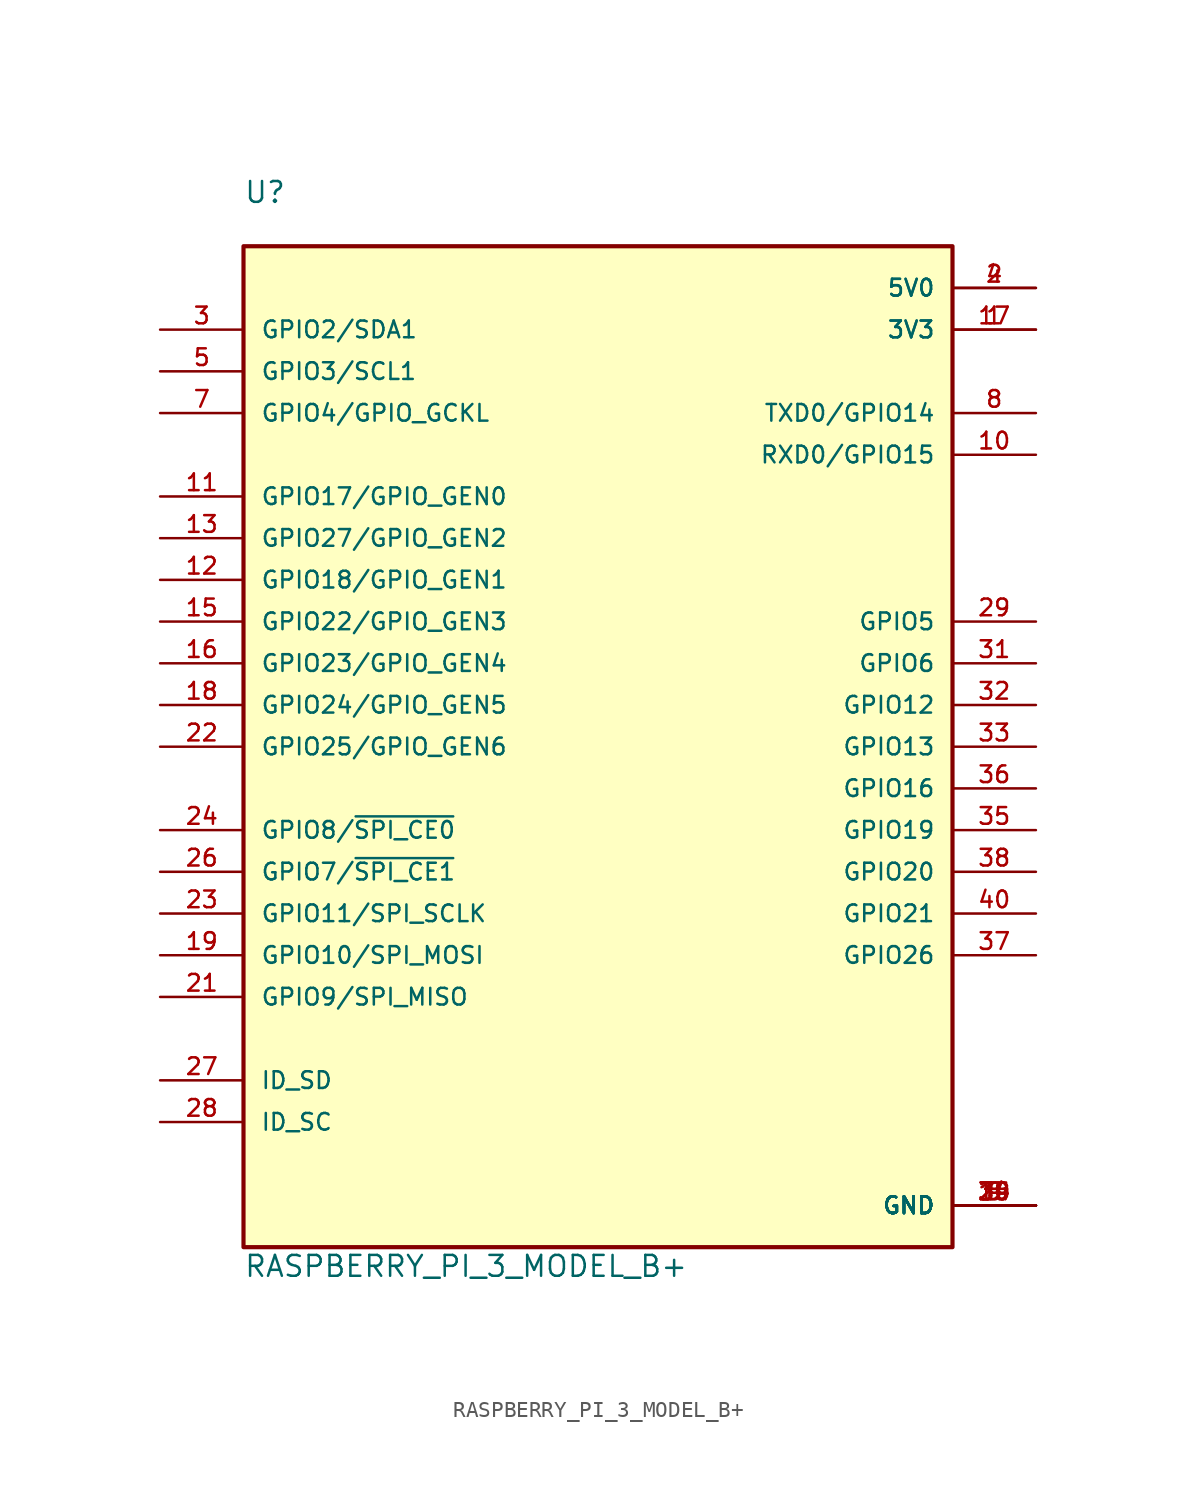
<source format=kicad_sym>
(kicad_symbol_lib
  (version 20211014)
  (generator kicad_symbol_editor)
  (symbol "RASPBERRY_PI_3_MODEL_B+"
    (pin_names
      (offset 1.016))
    (property "Reference" "U"
      (at -22.86 27.94 0)
      (effects (font (size 1.27 1.27)) (justify left bottom)))
    (property "Value" "RASPBERRY_PI_3_MODEL_B+"
      (at -22.86 -37.465 0)
      (effects (font (size 1.27 1.27)) (justify left bottom)))
    (property "ki_locked" ""
      (at 0 0 0)
      (effects (font (size 1.27 1.27))))
    (symbol "RASPBERRY_PI_3_MODEL_B+_0_0"
      (rectangle (start -22.86 -35.56) (end 20.32 25.4) (stroke (width 0.254) (type default) (color 0 0 0 0)) (fill (type background)))
      (pin power_in line (at 25.4 20.32 180) (length 5.08) (name "3V3" (effects (font (size 1.016 1.016)))) (number "1" (effects (font (size 1.016 1.016)))))
      (pin bidirectional line (at 25.4 12.7 180) (length 5.08) (name "RXD0/GPIO15" (effects (font (size 1.016 1.016)))) (number "10" (effects (font (size 1.016 1.016)))))
      (pin bidirectional line (at -27.94 10.16 0) (length 5.08) (name "GPIO17/GPIO_GEN0" (effects (font (size 1.016 1.016)))) (number "11" (effects (font (size 1.016 1.016)))))
      (pin bidirectional line (at -27.94 5.08 0) (length 5.08) (name "GPIO18/GPIO_GEN1" (effects (font (size 1.016 1.016)))) (number "12" (effects (font (size 1.016 1.016)))))
      (pin bidirectional line (at -27.94 7.62 0) (length 5.08) (name "GPIO27/GPIO_GEN2" (effects (font (size 1.016 1.016)))) (number "13" (effects (font (size 1.016 1.016)))))
      (pin power_in line (at 25.4 -33.02 180) (length 5.08) (name "GND" (effects (font (size 1.016 1.016)))) (number "14" (effects (font (size 1.016 1.016)))))
      (pin bidirectional line (at -27.94 2.54 0) (length 5.08) (name "GPIO22/GPIO_GEN3" (effects (font (size 1.016 1.016)))) (number "15" (effects (font (size 1.016 1.016)))))
      (pin bidirectional line (at -27.94 0 0) (length 5.08) (name "GPIO23/GPIO_GEN4" (effects (font (size 1.016 1.016)))) (number "16" (effects (font (size 1.016 1.016)))))
      (pin power_in line (at 25.4 20.32 180) (length 5.08) (name "3V3" (effects (font (size 1.016 1.016)))) (number "17" (effects (font (size 1.016 1.016)))))
      (pin bidirectional line (at -27.94 -2.54 0) (length 5.08) (name "GPIO24/GPIO_GEN5" (effects (font (size 1.016 1.016)))) (number "18" (effects (font (size 1.016 1.016)))))
      (pin bidirectional line (at -27.94 -17.78 0) (length 5.08) (name "GPIO10/SPI_MOSI" (effects (font (size 1.016 1.016)))) (number "19" (effects (font (size 1.016 1.016)))))
      (pin power_in line (at 25.4 22.86 180) (length 5.08) (name "5V0" (effects (font (size 1.016 1.016)))) (number "2" (effects (font (size 1.016 1.016)))))
      (pin power_in line (at 25.4 -33.02 180) (length 5.08) (name "GND" (effects (font (size 1.016 1.016)))) (number "20" (effects (font (size 1.016 1.016)))))
      (pin bidirectional line (at -27.94 -20.32 0) (length 5.08) (name "GPIO9/SPI_MISO" (effects (font (size 1.016 1.016)))) (number "21" (effects (font (size 1.016 1.016)))))
      (pin bidirectional line (at -27.94 -5.08 0) (length 5.08) (name "GPIO25/GPIO_GEN6" (effects (font (size 1.016 1.016)))) (number "22" (effects (font (size 1.016 1.016)))))
      (pin bidirectional line (at -27.94 -15.24 0) (length 5.08) (name "GPIO11/SPI_SCLK" (effects (font (size 1.016 1.016)))) (number "23" (effects (font (size 1.016 1.016)))))
      (pin bidirectional line (at -27.94 -10.16 0) (length 5.08) (name "GPIO8/~{SPI_CE0}" (effects (font (size 1.016 1.016)))) (number "24" (effects (font (size 1.016 1.016)))))
      (pin power_in line (at 25.4 -33.02 180) (length 5.08) (name "GND" (effects (font (size 1.016 1.016)))) (number "25" (effects (font (size 1.016 1.016)))))
      (pin bidirectional line (at -27.94 -12.7 0) (length 5.08) (name "GPIO7/~{SPI_CE1}" (effects (font (size 1.016 1.016)))) (number "26" (effects (font (size 1.016 1.016)))))
      (pin bidirectional line (at -27.94 -25.4 0) (length 5.08) (name "ID_SD" (effects (font (size 1.016 1.016)))) (number "27" (effects (font (size 1.016 1.016)))))
      (pin bidirectional line (at -27.94 -27.94 0) (length 5.08) (name "ID_SC" (effects (font (size 1.016 1.016)))) (number "28" (effects (font (size 1.016 1.016)))))
      (pin bidirectional line (at 25.4 2.54 180) (length 5.08) (name "GPIO5" (effects (font (size 1.016 1.016)))) (number "29" (effects (font (size 1.016 1.016)))))
      (pin bidirectional line (at -27.94 20.32 0) (length 5.08) (name "GPIO2/SDA1" (effects (font (size 1.016 1.016)))) (number "3" (effects (font (size 1.016 1.016)))))
      (pin power_in line (at 25.4 -33.02 180) (length 5.08) (name "GND" (effects (font (size 1.016 1.016)))) (number "30" (effects (font (size 1.016 1.016)))))
      (pin bidirectional line (at 25.4 0 180) (length 5.08) (name "GPIO6" (effects (font (size 1.016 1.016)))) (number "31" (effects (font (size 1.016 1.016)))))
      (pin bidirectional line (at 25.4 -2.54 180) (length 5.08) (name "GPIO12" (effects (font (size 1.016 1.016)))) (number "32" (effects (font (size 1.016 1.016)))))
      (pin bidirectional line (at 25.4 -5.08 180) (length 5.08) (name "GPIO13" (effects (font (size 1.016 1.016)))) (number "33" (effects (font (size 1.016 1.016)))))
      (pin power_in line (at 25.4 -33.02 180) (length 5.08) (name "GND" (effects (font (size 1.016 1.016)))) (number "34" (effects (font (size 1.016 1.016)))))
      (pin bidirectional line (at 25.4 -10.16 180) (length 5.08) (name "GPIO19" (effects (font (size 1.016 1.016)))) (number "35" (effects (font (size 1.016 1.016)))))
      (pin bidirectional line (at 25.4 -7.62 180) (length 5.08) (name "GPIO16" (effects (font (size 1.016 1.016)))) (number "36" (effects (font (size 1.016 1.016)))))
      (pin bidirectional line (at 25.4 -17.78 180) (length 5.08) (name "GPIO26" (effects (font (size 1.016 1.016)))) (number "37" (effects (font (size 1.016 1.016)))))
      (pin bidirectional line (at 25.4 -12.7 180) (length 5.08) (name "GPIO20" (effects (font (size 1.016 1.016)))) (number "38" (effects (font (size 1.016 1.016)))))
      (pin power_in line (at 25.4 -33.02 180) (length 5.08) (name "GND" (effects (font (size 1.016 1.016)))) (number "39" (effects (font (size 1.016 1.016)))))
      (pin power_in line (at 25.4 22.86 180) (length 5.08) (name "5V0" (effects (font (size 1.016 1.016)))) (number "4" (effects (font (size 1.016 1.016)))))
      (pin bidirectional line (at 25.4 -15.24 180) (length 5.08) (name "GPIO21" (effects (font (size 1.016 1.016)))) (number "40" (effects (font (size 1.016 1.016)))))
      (pin bidirectional line (at -27.94 17.78 0) (length 5.08) (name "GPIO3/SCL1" (effects (font (size 1.016 1.016)))) (number "5" (effects (font (size 1.016 1.016)))))
      (pin power_in line (at 25.4 -33.02 180) (length 5.08) (name "GND" (effects (font (size 1.016 1.016)))) (number "6" (effects (font (size 1.016 1.016)))))
      (pin bidirectional line (at -27.94 15.24 0) (length 5.08) (name "GPIO4/GPIO_GCKL" (effects (font (size 1.016 1.016)))) (number "7" (effects (font (size 1.016 1.016)))))
      (pin bidirectional line (at 25.4 15.24 180) (length 5.08) (name "TXD0/GPIO14" (effects (font (size 1.016 1.016)))) (number "8" (effects (font (size 1.016 1.016)))))
      (pin power_in line (at 25.4 -33.02 180) (length 5.08) (name "GND" (effects (font (size 1.016 1.016)))) (number "9" (effects (font (size 1.016 1.016))))))))
</source>
